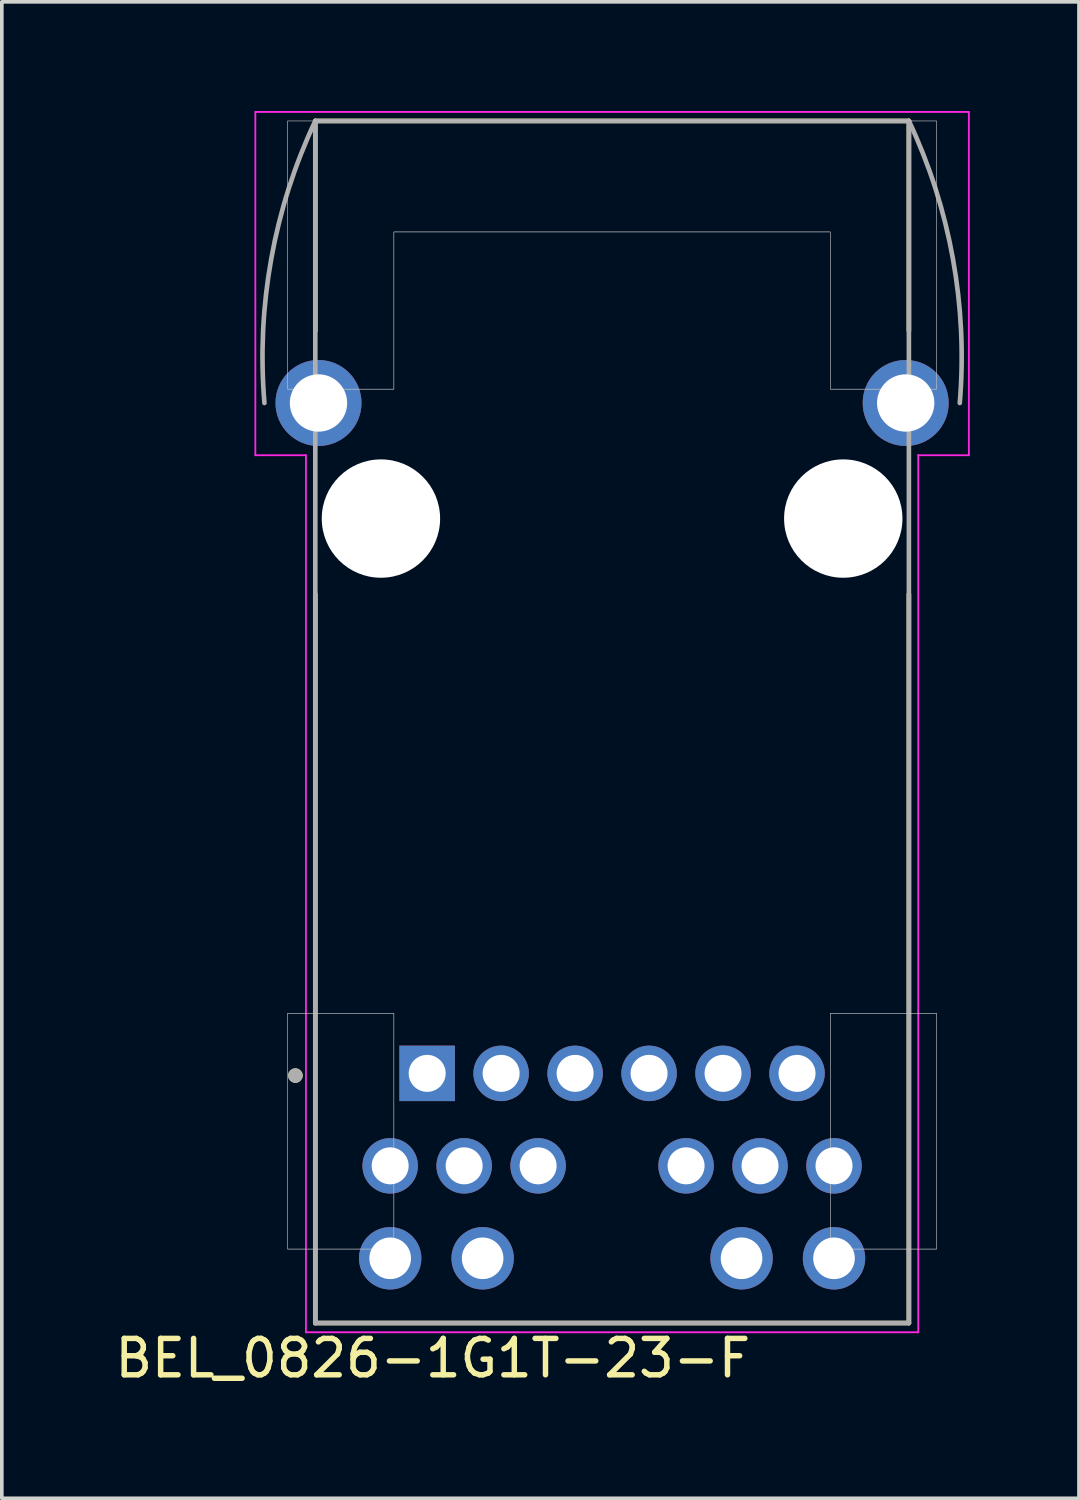
<source format=kicad_pcb>
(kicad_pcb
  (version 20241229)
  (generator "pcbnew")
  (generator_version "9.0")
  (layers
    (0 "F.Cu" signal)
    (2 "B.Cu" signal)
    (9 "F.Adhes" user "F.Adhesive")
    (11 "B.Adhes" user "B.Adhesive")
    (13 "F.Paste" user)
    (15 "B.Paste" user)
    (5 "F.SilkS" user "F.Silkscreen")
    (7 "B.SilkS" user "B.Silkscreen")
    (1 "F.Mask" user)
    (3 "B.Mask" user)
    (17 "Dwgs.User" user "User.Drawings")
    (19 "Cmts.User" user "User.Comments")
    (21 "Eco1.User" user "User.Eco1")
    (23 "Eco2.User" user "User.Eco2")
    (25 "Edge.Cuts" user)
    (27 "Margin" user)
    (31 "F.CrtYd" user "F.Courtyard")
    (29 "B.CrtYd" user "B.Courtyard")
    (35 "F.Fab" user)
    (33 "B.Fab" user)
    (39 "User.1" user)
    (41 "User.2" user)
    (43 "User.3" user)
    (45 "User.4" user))
  (footprint "BEL_0826-1G1T-23-F"
    (layer "F.Cu")
    (at 13.764 11.195)
    (property "Reference" "BEL_0826-1G1T-23-F" (at -4.925 23.065 0) (layer "F.SilkS") (effects (font (size 1 1) (thickness 0.15))))
    (attr through_hole)
    (fp_line (start -8.153 -5.156) (end -8.153 -10.922) (stroke (width 0.127) (type solid)) (layer "F.SilkS"))
    (fp_line (start -8.153 22.098) (end -8.153 2.078) (stroke (width 0.127) (type solid)) (layer "F.SilkS"))
    (fp_line (start -8.153 22.098) (end 8.153 22.098) (stroke (width 0.127) (type solid)) (layer "F.SilkS"))
    (fp_line (start 8.153 -10.922) (end -8.153 -10.922) (stroke (width 0.127) (type solid)) (layer "F.SilkS"))
    (fp_line (start 8.153 -5.156) (end 8.153 -10.922) (stroke (width 0.127) (type solid)) (layer "F.SilkS"))
    (fp_line (start 8.153 22.098) (end 8.153 2.078) (stroke (width 0.127) (type solid)) (layer "F.SilkS"))
    (fp_circle (center -8.7 15.3) (end -8.6 15.3) (stroke (width 0.2) (type solid)) (fill no) (layer "F.SilkS"))
    (fp_poly (pts (xy -8.915 13.589) (xy -5.994 13.589) (xy -5.994 20.066) (xy -8.915 20.066)) (stroke (width 0.01) (type solid)) (fill no) (layer "Dwgs.User"))
    (fp_poly (pts (xy -8.915 13.589) (xy -5.994 13.589) (xy -5.994 20.066) (xy -8.915 20.066)) (stroke (width 0.01) (type solid)) (fill no) (layer "Dwgs.User"))
    (fp_poly (pts (xy 5.994 13.589) (xy 8.915 13.589) (xy 8.915 20.066) (xy 5.994 20.066)) (stroke (width 0.01) (type solid)) (fill no) (layer "Dwgs.User"))
    (fp_poly (pts (xy 5.994 13.589) (xy 8.915 13.589) (xy 8.915 20.066) (xy 5.994 20.066)) (stroke (width 0.01) (type solid)) (fill no) (layer "Dwgs.User"))
    (fp_poly (pts (xy -8.915 -3.556) (xy -5.994 -3.556) (xy -5.994 -7.874) (xy 5.994 -7.874) (xy 5.994 -3.556) (xy 8.915 -3.556) (xy 8.915 -10.922) (xy -8.915 -10.922)) (stroke (width 0.01) (type solid)) (fill no) (layer "Dwgs.User"))
    (fp_poly (pts (xy -8.915 -3.556) (xy -5.994 -3.556) (xy -5.994 -7.874) (xy 5.994 -7.874) (xy 5.994 -3.556) (xy 8.915 -3.556) (xy 8.915 -10.922) (xy -8.915 -10.922)) (stroke (width 0.01) (type solid)) (fill no) (layer "Dwgs.User"))
    (fp_line (start -9.8 -11.17) (end 9.8 -11.17) (stroke (width 0.05) (type solid)) (layer "F.CrtYd"))
    (fp_line (start -9.8 -1.74) (end -9.8 -11.17) (stroke (width 0.05) (type solid)) (layer "F.CrtYd"))
    (fp_line (start -8.41 -1.74) (end -9.8 -1.74) (stroke (width 0.05) (type solid)) (layer "F.CrtYd"))
    (fp_line (start -8.41 22.352) (end -8.41 -1.74) (stroke (width 0.05) (type solid)) (layer "F.CrtYd"))
    (fp_line (start 8.41 -1.74) (end 8.41 22.352) (stroke (width 0.05) (type solid)) (layer "F.CrtYd"))
    (fp_line (start 8.41 22.352) (end -8.41 22.352) (stroke (width 0.05) (type solid)) (layer "F.CrtYd"))
    (fp_line (start 9.8 -11.17) (end 9.8 -1.74) (stroke (width 0.05) (type solid)) (layer "F.CrtYd"))
    (fp_line (start 9.8 -1.74) (end 8.41 -1.74) (stroke (width 0.05) (type solid)) (layer "F.CrtYd"))
    (fp_line (start -8.153 -10.922) (end -8.153 22.098) (stroke (width 0.127) (type solid)) (layer "F.Fab"))
    (fp_line (start -8.153 22.098) (end 8.153 22.098) (stroke (width 0.127) (type solid)) (layer "F.Fab"))
    (fp_line (start 8.153 -10.922) (end -8.153 -10.922) (stroke (width 0.127) (type solid)) (layer "F.Fab"))
    (fp_line (start 8.153 22.098) (end 8.153 -10.922) (stroke (width 0.127) (type solid)) (layer "F.Fab"))
    (fp_arc (start -9.5504 -3.175) (mid -9.361856 -7.140459) (end -8.1534 -10.922) (stroke (width 0.127) (type solid)) (layer "F.Fab"))
    (fp_arc (start 8.1534 -10.922) (mid 9.361856 -7.140459) (end 9.5504 -3.175) (stroke (width 0.127) (type solid)) (layer "F.Fab"))
    (fp_circle (center -8.7 15.3) (end -8.6 15.3) (stroke (width 0.2) (type solid)) (fill no) (layer "F.Fab"))
    (pad "" np_thru_hole circle (at -6.35 0) (size 3.251 3.251) (drill 3.251) (layers "*.Cu" "*.Mask"))
    (pad "" np_thru_hole circle (at 6.35 0) (size 3.251 3.251) (drill 3.251) (layers "*.Cu" "*.Mask"))
    (pad "1" thru_hole rect (at -5.08 15.24) (size 1.524 1.524) (drill 1.016) (layers "*.Cu" "*.Mask"))
    (pad "2" thru_hole circle (at -3.048 15.24) (size 1.524 1.524) (drill 1.016) (layers "*.Cu" "*.Mask"))
    (pad "3" thru_hole circle (at -1.016 15.24) (size 1.524 1.524) (drill 1.016) (layers "*.Cu" "*.Mask"))
    (pad "4" thru_hole circle (at 1.016 15.24) (size 1.524 1.524) (drill 1.016) (layers "*.Cu" "*.Mask"))
    (pad "5" thru_hole circle (at 3.048 15.24) (size 1.524 1.524) (drill 1.016) (layers "*.Cu" "*.Mask"))
    (pad "6" thru_hole circle (at 5.08 15.24) (size 1.524 1.524) (drill 1.016) (layers "*.Cu" "*.Mask"))
    (pad "7" thru_hole circle (at -6.096 17.78) (size 1.524 1.524) (drill 1.016) (layers "*.Cu" "*.Mask"))
    (pad "8" thru_hole circle (at -4.064 17.78) (size 1.524 1.524) (drill 1.016) (layers "*.Cu" "*.Mask"))
    (pad "9" thru_hole circle (at -2.032 17.78) (size 1.524 1.524) (drill 1.016) (layers "*.Cu" "*.Mask"))
    (pad "10" thru_hole circle (at 2.032 17.78) (size 1.524 1.524) (drill 1.016) (layers "*.Cu" "*.Mask"))
    (pad "11" thru_hole circle (at 4.064 17.78) (size 1.524 1.524) (drill 1.016) (layers "*.Cu" "*.Mask"))
    (pad "12" thru_hole circle (at 6.096 17.78) (size 1.524 1.524) (drill 1.016) (layers "*.Cu" "*.Mask"))
    (pad "13" thru_hole circle (at -6.096 20.32) (size 1.714 1.714) (drill 1.143) (layers "*.Cu" "*.Mask"))
    (pad "14" thru_hole circle (at -3.556 20.32) (size 1.714 1.714) (drill 1.143) (layers "*.Cu" "*.Mask"))
    (pad "15" thru_hole circle (at 3.556 20.32) (size 1.714 1.714) (drill 1.143) (layers "*.Cu" "*.Mask"))
    (pad "16" thru_hole circle (at 6.096 20.32) (size 1.714 1.714) (drill 1.143) (layers "*.Cu" "*.Mask"))
    (pad "S1" thru_hole circle (at -8.065 -3.175) (size 2.362 2.362) (drill 1.575) (layers "*.Cu" "*.Mask"))
    (pad "S2" thru_hole circle (at 8.065 -3.175) (size 2.362 2.362) (drill 1.575) (layers "*.Cu" "*.Mask")))
  (gr_rect
    (start -3 -3)
    (end 26.589 38.108)
    (stroke (width 0.1) (type default))
    (fill no)
    (layer "Edge.Cuts")))
</source>
